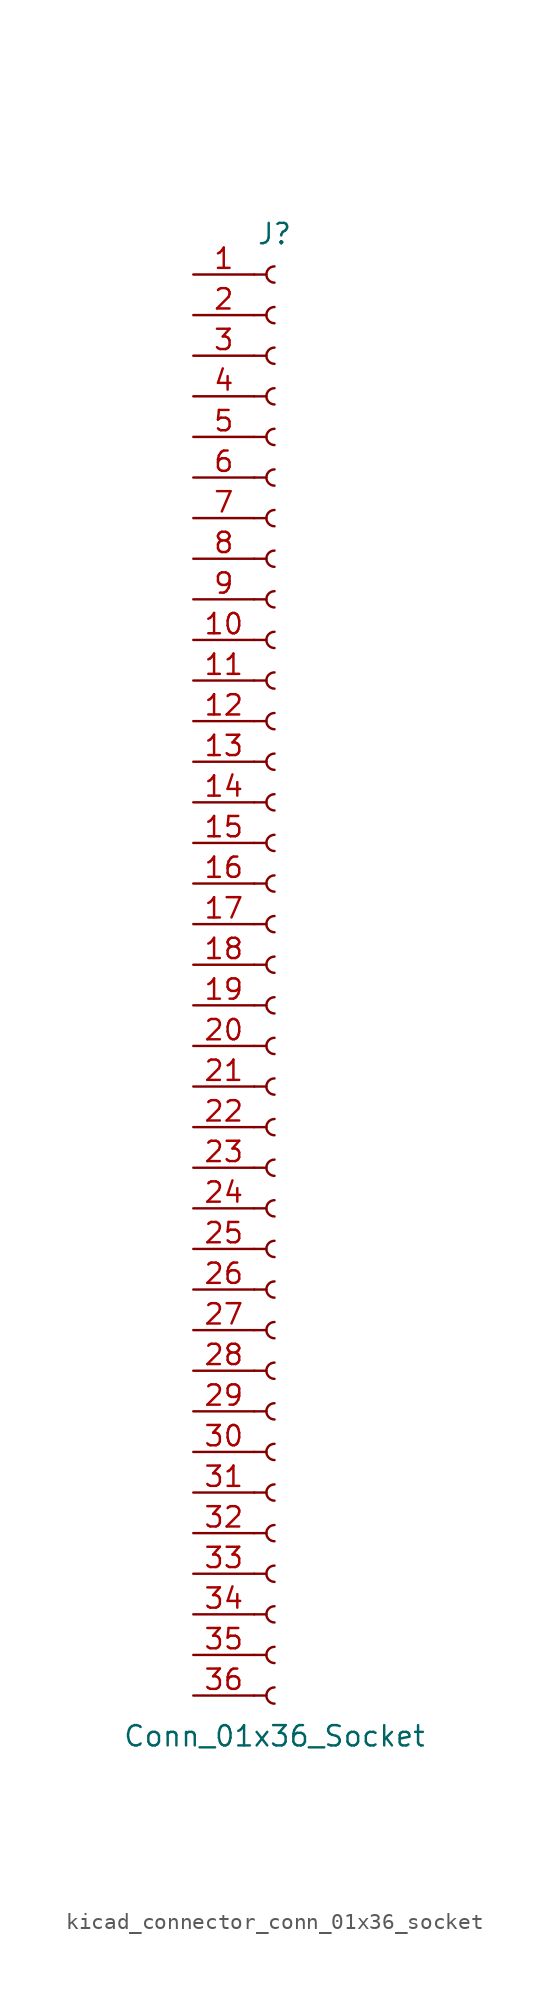
<source format=kicad_sym>
(kicad_symbol_lib
  (version 20220914)
  (generator kicad_symbol_editor)
  (symbol "kicad_connector_conn_01x36_socket"
    (pin_names
      (offset 1.016) hide)
    (property "Reference" "J"
      (at 0 45.72 0)
      (effects (font (size 1.27 1.27))))
    (property "Value" "Conn_01x36_Socket"
      (at 0 -48.26 0)
      (effects (font (size 1.27 1.27))))
    (property "ki_locked" ""
      (at 0 0 0)
      (effects (font (size 1.27 1.27))))
    (symbol "kicad_connector_conn_01x36_socket_1_1"
      (arc (start 0 -45.212) (mid -0.5058 -45.72) (end 0 -46.228) (stroke (width 0.1524) (type default)) (fill (type none)))
      (arc (start 0 -42.672) (mid -0.5058 -43.18) (end 0 -43.688) (stroke (width 0.1524) (type default)) (fill (type none)))
      (arc (start 0 -40.132) (mid -0.5058 -40.64) (end 0 -41.148) (stroke (width 0.1524) (type default)) (fill (type none)))
      (arc (start 0 -37.592) (mid -0.5058 -38.1) (end 0 -38.608) (stroke (width 0.1524) (type default)) (fill (type none)))
      (arc (start 0 -35.052) (mid -0.5058 -35.56) (end 0 -36.068) (stroke (width 0.1524) (type default)) (fill (type none)))
      (arc (start 0 -32.512) (mid -0.5058 -33.02) (end 0 -33.528) (stroke (width 0.1524) (type default)) (fill (type none)))
      (arc (start 0 -29.972) (mid -0.5058 -30.48) (end 0 -30.988) (stroke (width 0.1524) (type default)) (fill (type none)))
      (arc (start 0 -27.432) (mid -0.5058 -27.94) (end 0 -28.448) (stroke (width 0.1524) (type default)) (fill (type none)))
      (arc (start 0 -24.892) (mid -0.5058 -25.4) (end 0 -25.908) (stroke (width 0.1524) (type default)) (fill (type none)))
      (arc (start 0 -22.352) (mid -0.5058 -22.86) (end 0 -23.368) (stroke (width 0.1524) (type default)) (fill (type none)))
      (arc (start 0 -19.812) (mid -0.5058 -20.32) (end 0 -20.828) (stroke (width 0.1524) (type default)) (fill (type none)))
      (arc (start 0 -17.272) (mid -0.5058 -17.78) (end 0 -18.288) (stroke (width 0.1524) (type default)) (fill (type none)))
      (arc (start 0 -14.732) (mid -0.5058 -15.24) (end 0 -15.748) (stroke (width 0.1524) (type default)) (fill (type none)))
      (arc (start 0 -12.192) (mid -0.5058 -12.7) (end 0 -13.208) (stroke (width 0.1524) (type default)) (fill (type none)))
      (arc (start 0 -9.652) (mid -0.5058 -10.16) (end 0 -10.668) (stroke (width 0.1524) (type default)) (fill (type none)))
      (arc (start 0 -7.112) (mid -0.5058 -7.62) (end 0 -8.128) (stroke (width 0.1524) (type default)) (fill (type none)))
      (arc (start 0 -4.572) (mid -0.5058 -5.08) (end 0 -5.588) (stroke (width 0.1524) (type default)) (fill (type none)))
      (arc (start 0 -2.032) (mid -0.5058 -2.54) (end 0 -3.048) (stroke (width 0.1524) (type default)) (fill (type none)))
      (polyline (pts (xy -1.27 -45.72) (xy -0.508 -45.72)) (stroke (width 0.152) (type default)) (fill (type none)))
      (polyline (pts (xy -1.27 -43.18) (xy -0.508 -43.18)) (stroke (width 0.152) (type default)) (fill (type none)))
      (polyline (pts (xy -1.27 -40.64) (xy -0.508 -40.64)) (stroke (width 0.152) (type default)) (fill (type none)))
      (polyline (pts (xy -1.27 -38.1) (xy -0.508 -38.1)) (stroke (width 0.152) (type default)) (fill (type none)))
      (polyline (pts (xy -1.27 -35.56) (xy -0.508 -35.56)) (stroke (width 0.152) (type default)) (fill (type none)))
      (polyline (pts (xy -1.27 -33.02) (xy -0.508 -33.02)) (stroke (width 0.152) (type default)) (fill (type none)))
      (polyline (pts (xy -1.27 -30.48) (xy -0.508 -30.48)) (stroke (width 0.152) (type default)) (fill (type none)))
      (polyline (pts (xy -1.27 -27.94) (xy -0.508 -27.94)) (stroke (width 0.152) (type default)) (fill (type none)))
      (polyline (pts (xy -1.27 -25.4) (xy -0.508 -25.4)) (stroke (width 0.152) (type default)) (fill (type none)))
      (polyline (pts (xy -1.27 -22.86) (xy -0.508 -22.86)) (stroke (width 0.152) (type default)) (fill (type none)))
      (polyline (pts (xy -1.27 -20.32) (xy -0.508 -20.32)) (stroke (width 0.152) (type default)) (fill (type none)))
      (polyline (pts (xy -1.27 -17.78) (xy -0.508 -17.78)) (stroke (width 0.152) (type default)) (fill (type none)))
      (polyline (pts (xy -1.27 -15.24) (xy -0.508 -15.24)) (stroke (width 0.152) (type default)) (fill (type none)))
      (polyline (pts (xy -1.27 -12.7) (xy -0.508 -12.7)) (stroke (width 0.152) (type default)) (fill (type none)))
      (polyline (pts (xy -1.27 -10.16) (xy -0.508 -10.16)) (stroke (width 0.152) (type default)) (fill (type none)))
      (polyline (pts (xy -1.27 -7.62) (xy -0.508 -7.62)) (stroke (width 0.152) (type default)) (fill (type none)))
      (polyline (pts (xy -1.27 -5.08) (xy -0.508 -5.08)) (stroke (width 0.152) (type default)) (fill (type none)))
      (polyline (pts (xy -1.27 -2.54) (xy -0.508 -2.54)) (stroke (width 0.152) (type default)) (fill (type none)))
      (polyline (pts (xy -1.27 0) (xy -0.508 0)) (stroke (width 0.152) (type default)) (fill (type none)))
      (polyline (pts (xy -1.27 2.54) (xy -0.508 2.54)) (stroke (width 0.152) (type default)) (fill (type none)))
      (polyline (pts (xy -1.27 5.08) (xy -0.508 5.08)) (stroke (width 0.152) (type default)) (fill (type none)))
      (polyline (pts (xy -1.27 7.62) (xy -0.508 7.62)) (stroke (width 0.152) (type default)) (fill (type none)))
      (polyline (pts (xy -1.27 10.16) (xy -0.508 10.16)) (stroke (width 0.152) (type default)) (fill (type none)))
      (polyline (pts (xy -1.27 12.7) (xy -0.508 12.7)) (stroke (width 0.152) (type default)) (fill (type none)))
      (polyline (pts (xy -1.27 15.24) (xy -0.508 15.24)) (stroke (width 0.152) (type default)) (fill (type none)))
      (polyline (pts (xy -1.27 17.78) (xy -0.508 17.78)) (stroke (width 0.152) (type default)) (fill (type none)))
      (polyline (pts (xy -1.27 20.32) (xy -0.508 20.32)) (stroke (width 0.152) (type default)) (fill (type none)))
      (polyline (pts (xy -1.27 22.86) (xy -0.508 22.86)) (stroke (width 0.152) (type default)) (fill (type none)))
      (polyline (pts (xy -1.27 25.4) (xy -0.508 25.4)) (stroke (width 0.152) (type default)) (fill (type none)))
      (polyline (pts (xy -1.27 27.94) (xy -0.508 27.94)) (stroke (width 0.152) (type default)) (fill (type none)))
      (polyline (pts (xy -1.27 30.48) (xy -0.508 30.48)) (stroke (width 0.152) (type default)) (fill (type none)))
      (polyline (pts (xy -1.27 33.02) (xy -0.508 33.02)) (stroke (width 0.152) (type default)) (fill (type none)))
      (polyline (pts (xy -1.27 35.56) (xy -0.508 35.56)) (stroke (width 0.152) (type default)) (fill (type none)))
      (polyline (pts (xy -1.27 38.1) (xy -0.508 38.1)) (stroke (width 0.152) (type default)) (fill (type none)))
      (polyline (pts (xy -1.27 40.64) (xy -0.508 40.64)) (stroke (width 0.152) (type default)) (fill (type none)))
      (polyline (pts (xy -1.27 43.18) (xy -0.508 43.18)) (stroke (width 0.152) (type default)) (fill (type none)))
      (arc (start 0 0.508) (mid -0.5058 0) (end 0 -0.508) (stroke (width 0.1524) (type default)) (fill (type none)))
      (arc (start 0 3.048) (mid -0.5058 2.54) (end 0 2.032) (stroke (width 0.1524) (type default)) (fill (type none)))
      (arc (start 0 5.588) (mid -0.5058 5.08) (end 0 4.572) (stroke (width 0.1524) (type default)) (fill (type none)))
      (arc (start 0 8.128) (mid -0.5058 7.62) (end 0 7.112) (stroke (width 0.1524) (type default)) (fill (type none)))
      (arc (start 0 10.668) (mid -0.5058 10.16) (end 0 9.652) (stroke (width 0.1524) (type default)) (fill (type none)))
      (arc (start 0 13.208) (mid -0.5058 12.7) (end 0 12.192) (stroke (width 0.1524) (type default)) (fill (type none)))
      (arc (start 0 15.748) (mid -0.5058 15.24) (end 0 14.732) (stroke (width 0.1524) (type default)) (fill (type none)))
      (arc (start 0 18.288) (mid -0.5058 17.78) (end 0 17.272) (stroke (width 0.1524) (type default)) (fill (type none)))
      (arc (start 0 20.828) (mid -0.5058 20.32) (end 0 19.812) (stroke (width 0.1524) (type default)) (fill (type none)))
      (arc (start 0 23.368) (mid -0.5058 22.86) (end 0 22.352) (stroke (width 0.1524) (type default)) (fill (type none)))
      (arc (start 0 25.908) (mid -0.5058 25.4) (end 0 24.892) (stroke (width 0.1524) (type default)) (fill (type none)))
      (arc (start 0 28.448) (mid -0.5058 27.94) (end 0 27.432) (stroke (width 0.1524) (type default)) (fill (type none)))
      (arc (start 0 30.988) (mid -0.5058 30.48) (end 0 29.972) (stroke (width 0.1524) (type default)) (fill (type none)))
      (arc (start 0 33.528) (mid -0.5058 33.02) (end 0 32.512) (stroke (width 0.1524) (type default)) (fill (type none)))
      (arc (start 0 36.068) (mid -0.5058 35.56) (end 0 35.052) (stroke (width 0.1524) (type default)) (fill (type none)))
      (arc (start 0 38.608) (mid -0.5058 38.1) (end 0 37.592) (stroke (width 0.1524) (type default)) (fill (type none)))
      (arc (start 0 41.148) (mid -0.5058 40.64) (end 0 40.132) (stroke (width 0.1524) (type default)) (fill (type none)))
      (arc (start 0 43.688) (mid -0.5058 43.18) (end 0 42.672) (stroke (width 0.1524) (type default)) (fill (type none)))
      (pin passive line (at -5.08 43.18 0) (length 3.81) (name "Pin_1" (effects (font (size 1.27 1.27)))) (number "1" (effects (font (size 1.27 1.27)))))
      (pin passive line (at -5.08 20.32 0) (length 3.81) (name "Pin_10" (effects (font (size 1.27 1.27)))) (number "10" (effects (font (size 1.27 1.27)))))
      (pin passive line (at -5.08 17.78 0) (length 3.81) (name "Pin_11" (effects (font (size 1.27 1.27)))) (number "11" (effects (font (size 1.27 1.27)))))
      (pin passive line (at -5.08 15.24 0) (length 3.81) (name "Pin_12" (effects (font (size 1.27 1.27)))) (number "12" (effects (font (size 1.27 1.27)))))
      (pin passive line (at -5.08 12.7 0) (length 3.81) (name "Pin_13" (effects (font (size 1.27 1.27)))) (number "13" (effects (font (size 1.27 1.27)))))
      (pin passive line (at -5.08 10.16 0) (length 3.81) (name "Pin_14" (effects (font (size 1.27 1.27)))) (number "14" (effects (font (size 1.27 1.27)))))
      (pin passive line (at -5.08 7.62 0) (length 3.81) (name "Pin_15" (effects (font (size 1.27 1.27)))) (number "15" (effects (font (size 1.27 1.27)))))
      (pin passive line (at -5.08 5.08 0) (length 3.81) (name "Pin_16" (effects (font (size 1.27 1.27)))) (number "16" (effects (font (size 1.27 1.27)))))
      (pin passive line (at -5.08 2.54 0) (length 3.81) (name "Pin_17" (effects (font (size 1.27 1.27)))) (number "17" (effects (font (size 1.27 1.27)))))
      (pin passive line (at -5.08 0 0) (length 3.81) (name "Pin_18" (effects (font (size 1.27 1.27)))) (number "18" (effects (font (size 1.27 1.27)))))
      (pin passive line (at -5.08 -2.54 0) (length 3.81) (name "Pin_19" (effects (font (size 1.27 1.27)))) (number "19" (effects (font (size 1.27 1.27)))))
      (pin passive line (at -5.08 40.64 0) (length 3.81) (name "Pin_2" (effects (font (size 1.27 1.27)))) (number "2" (effects (font (size 1.27 1.27)))))
      (pin passive line (at -5.08 -5.08 0) (length 3.81) (name "Pin_20" (effects (font (size 1.27 1.27)))) (number "20" (effects (font (size 1.27 1.27)))))
      (pin passive line (at -5.08 -7.62 0) (length 3.81) (name "Pin_21" (effects (font (size 1.27 1.27)))) (number "21" (effects (font (size 1.27 1.27)))))
      (pin passive line (at -5.08 -10.16 0) (length 3.81) (name "Pin_22" (effects (font (size 1.27 1.27)))) (number "22" (effects (font (size 1.27 1.27)))))
      (pin passive line (at -5.08 -12.7 0) (length 3.81) (name "Pin_23" (effects (font (size 1.27 1.27)))) (number "23" (effects (font (size 1.27 1.27)))))
      (pin passive line (at -5.08 -15.24 0) (length 3.81) (name "Pin_24" (effects (font (size 1.27 1.27)))) (number "24" (effects (font (size 1.27 1.27)))))
      (pin passive line (at -5.08 -17.78 0) (length 3.81) (name "Pin_25" (effects (font (size 1.27 1.27)))) (number "25" (effects (font (size 1.27 1.27)))))
      (pin passive line (at -5.08 -20.32 0) (length 3.81) (name "Pin_26" (effects (font (size 1.27 1.27)))) (number "26" (effects (font (size 1.27 1.27)))))
      (pin passive line (at -5.08 -22.86 0) (length 3.81) (name "Pin_27" (effects (font (size 1.27 1.27)))) (number "27" (effects (font (size 1.27 1.27)))))
      (pin passive line (at -5.08 -25.4 0) (length 3.81) (name "Pin_28" (effects (font (size 1.27 1.27)))) (number "28" (effects (font (size 1.27 1.27)))))
      (pin passive line (at -5.08 -27.94 0) (length 3.81) (name "Pin_29" (effects (font (size 1.27 1.27)))) (number "29" (effects (font (size 1.27 1.27)))))
      (pin passive line (at -5.08 38.1 0) (length 3.81) (name "Pin_3" (effects (font (size 1.27 1.27)))) (number "3" (effects (font (size 1.27 1.27)))))
      (pin passive line (at -5.08 -30.48 0) (length 3.81) (name "Pin_30" (effects (font (size 1.27 1.27)))) (number "30" (effects (font (size 1.27 1.27)))))
      (pin passive line (at -5.08 -33.02 0) (length 3.81) (name "Pin_31" (effects (font (size 1.27 1.27)))) (number "31" (effects (font (size 1.27 1.27)))))
      (pin passive line (at -5.08 -35.56 0) (length 3.81) (name "Pin_32" (effects (font (size 1.27 1.27)))) (number "32" (effects (font (size 1.27 1.27)))))
      (pin passive line (at -5.08 -38.1 0) (length 3.81) (name "Pin_33" (effects (font (size 1.27 1.27)))) (number "33" (effects (font (size 1.27 1.27)))))
      (pin passive line (at -5.08 -40.64 0) (length 3.81) (name "Pin_34" (effects (font (size 1.27 1.27)))) (number "34" (effects (font (size 1.27 1.27)))))
      (pin passive line (at -5.08 -43.18 0) (length 3.81) (name "Pin_35" (effects (font (size 1.27 1.27)))) (number "35" (effects (font (size 1.27 1.27)))))
      (pin passive line (at -5.08 -45.72 0) (length 3.81) (name "Pin_36" (effects (font (size 1.27 1.27)))) (number "36" (effects (font (size 1.27 1.27)))))
      (pin passive line (at -5.08 35.56 0) (length 3.81) (name "Pin_4" (effects (font (size 1.27 1.27)))) (number "4" (effects (font (size 1.27 1.27)))))
      (pin passive line (at -5.08 33.02 0) (length 3.81) (name "Pin_5" (effects (font (size 1.27 1.27)))) (number "5" (effects (font (size 1.27 1.27)))))
      (pin passive line (at -5.08 30.48 0) (length 3.81) (name "Pin_6" (effects (font (size 1.27 1.27)))) (number "6" (effects (font (size 1.27 1.27)))))
      (pin passive line (at -5.08 27.94 0) (length 3.81) (name "Pin_7" (effects (font (size 1.27 1.27)))) (number "7" (effects (font (size 1.27 1.27)))))
      (pin passive line (at -5.08 25.4 0) (length 3.81) (name "Pin_8" (effects (font (size 1.27 1.27)))) (number "8" (effects (font (size 1.27 1.27)))))
      (pin passive line (at -5.08 22.86 0) (length 3.81) (name "Pin_9" (effects (font (size 1.27 1.27)))) (number "9" (effects (font (size 1.27 1.27))))))))
</source>
